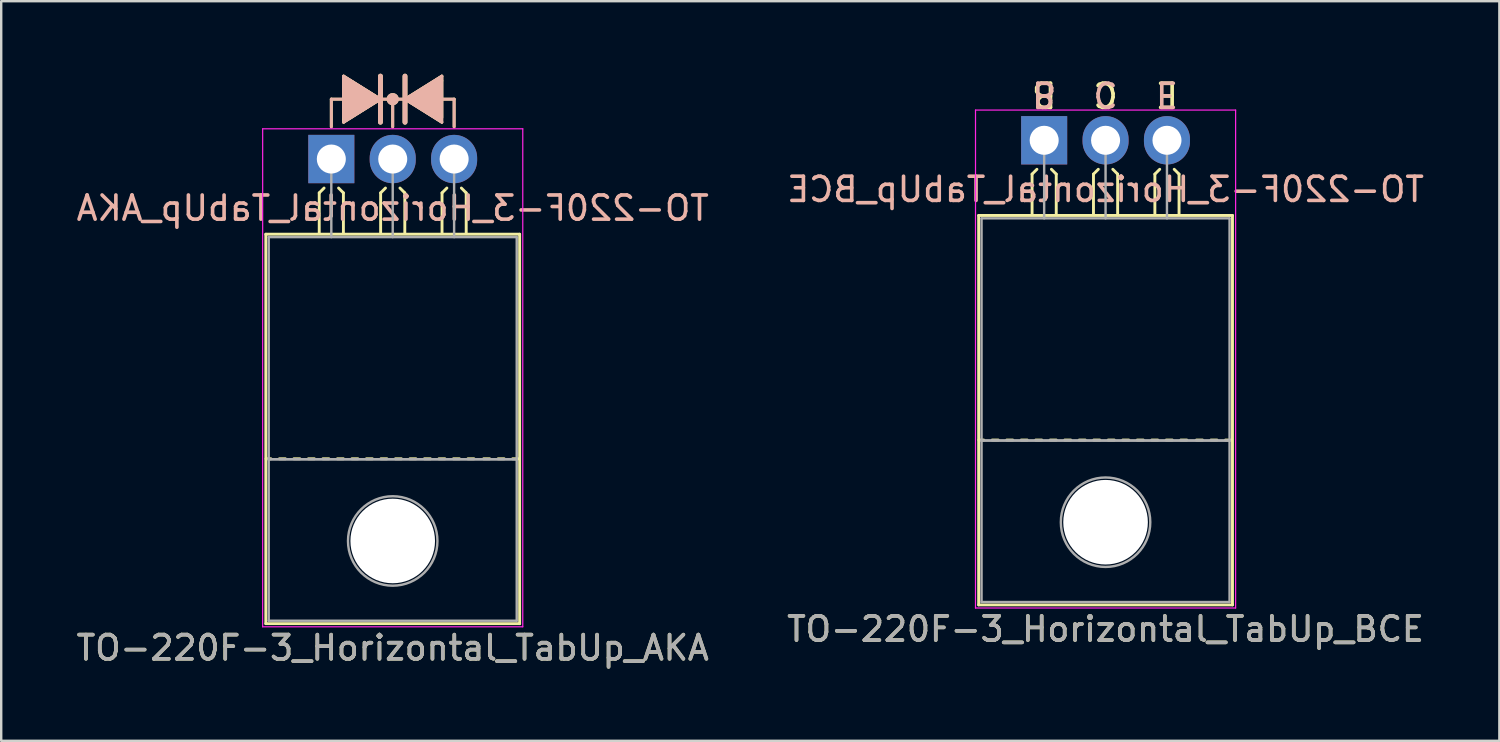
<source format=kicad_pcb>
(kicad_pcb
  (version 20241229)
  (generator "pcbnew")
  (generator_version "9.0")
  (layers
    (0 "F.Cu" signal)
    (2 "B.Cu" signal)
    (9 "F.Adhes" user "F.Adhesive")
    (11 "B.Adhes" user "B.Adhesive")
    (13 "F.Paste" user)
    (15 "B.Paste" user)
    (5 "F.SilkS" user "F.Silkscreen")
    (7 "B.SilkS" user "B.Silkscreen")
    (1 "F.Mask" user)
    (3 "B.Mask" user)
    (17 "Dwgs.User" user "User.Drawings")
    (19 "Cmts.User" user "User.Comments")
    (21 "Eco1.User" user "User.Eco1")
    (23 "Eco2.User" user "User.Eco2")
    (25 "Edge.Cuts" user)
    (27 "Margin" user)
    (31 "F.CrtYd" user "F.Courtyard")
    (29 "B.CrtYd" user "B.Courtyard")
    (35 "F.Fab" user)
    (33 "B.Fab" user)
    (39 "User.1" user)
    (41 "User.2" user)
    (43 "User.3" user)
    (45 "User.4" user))
  (footprint "TO-220F-3_Horizontal_TabUp_BCE"
    (layer "F.Cu")
    (at 40.145 2.753)
    (property "Reference" "TO-220F-3_Horizontal_TabUp_BCE" (at 2.54 20.22 0) (layer "F.SilkS") (effects (font (size 1 1) (thickness 0.15))))
    (fp_line (start -2.71 19.22) (end -2.71 3.11) (stroke (width 0.12) (type solid)) (layer "F.SilkS"))
    (fp_line (start -2.5 12.4) (end -2.7 12.4) (stroke (width 0.12) (type solid)) (layer "F.SilkS"))
    (fp_line (start -1.9 12.4) (end -2.15 12.4) (stroke (width 0.12) (type solid)) (layer "F.SilkS"))
    (fp_line (start -1.3 12.4) (end -1.55 12.4) (stroke (width 0.12) (type solid)) (layer "F.SilkS"))
    (fp_line (start -0.7 12.4) (end -0.95 12.4) (stroke (width 0.12) (type solid)) (layer "F.SilkS"))
    (fp_line (start -0.5 1.4) (end -0.3 1.2) (stroke (width 0.12) (type solid)) (layer "F.SilkS"))
    (fp_line (start -0.5 3.048) (end -0.5 1.4) (stroke (width 0.12) (type solid)) (layer "F.SilkS"))
    (fp_line (start -0.1 12.4) (end -0.35 12.4) (stroke (width 0.12) (type solid)) (layer "F.SilkS"))
    (fp_line (start 0.5 1.4) (end 0.3 1.2) (stroke (width 0.12) (type solid)) (layer "F.SilkS"))
    (fp_line (start 0.5 3.048) (end 0.5 1.4) (stroke (width 0.12) (type solid)) (layer "F.SilkS"))
    (fp_line (start 0.5 12.4) (end 0.25 12.4) (stroke (width 0.12) (type solid)) (layer "F.SilkS"))
    (fp_line (start 1.1 12.4) (end 0.85 12.4) (stroke (width 0.12) (type solid)) (layer "F.SilkS"))
    (fp_line (start 1.7 12.4) (end 1.45 12.4) (stroke (width 0.12) (type solid)) (layer "F.SilkS"))
    (fp_line (start 2.04 1.4) (end 2.24 1.2) (stroke (width 0.12) (type solid)) (layer "F.SilkS"))
    (fp_line (start 2.04 3.048) (end 2.04 1.4) (stroke (width 0.12) (type solid)) (layer "F.SilkS"))
    (fp_line (start 2.3 12.4) (end 2.05 12.4) (stroke (width 0.12) (type solid)) (layer "F.SilkS"))
    (fp_line (start 2.9 12.4) (end 2.65 12.4) (stroke (width 0.12) (type solid)) (layer "F.SilkS"))
    (fp_line (start 3.04 1.4) (end 2.84 1.2) (stroke (width 0.12) (type solid)) (layer "F.SilkS"))
    (fp_line (start 3.04 3.048) (end 3.04 1.4) (stroke (width 0.12) (type solid)) (layer "F.SilkS"))
    (fp_line (start 3.5 12.4) (end 3.25 12.4) (stroke (width 0.12) (type solid)) (layer "F.SilkS"))
    (fp_line (start 4.1 12.4) (end 3.85 12.4) (stroke (width 0.12) (type solid)) (layer "F.SilkS"))
    (fp_line (start 4.58 1.4) (end 4.78 1.2) (stroke (width 0.12) (type solid)) (layer "F.SilkS"))
    (fp_line (start 4.58 3.048) (end 4.58 1.4) (stroke (width 0.12) (type solid)) (layer "F.SilkS"))
    (fp_line (start 4.7 12.4) (end 4.45 12.4) (stroke (width 0.12) (type solid)) (layer "F.SilkS"))
    (fp_line (start 5.3 12.4) (end 5.05 12.4) (stroke (width 0.12) (type solid)) (layer "F.SilkS"))
    (fp_line (start 5.58 1.4) (end 5.38 1.2) (stroke (width 0.12) (type solid)) (layer "F.SilkS"))
    (fp_line (start 5.58 3.048) (end 5.58 1.4) (stroke (width 0.12) (type solid)) (layer "F.SilkS"))
    (fp_line (start 5.9 12.4) (end 5.65 12.4) (stroke (width 0.12) (type solid)) (layer "F.SilkS"))
    (fp_line (start 6.55 12.4) (end 6.3 12.4) (stroke (width 0.12) (type solid)) (layer "F.SilkS"))
    (fp_line (start 7.15 12.4) (end 6.9 12.4) (stroke (width 0.12) (type solid)) (layer "F.SilkS"))
    (fp_line (start 7.75 12.4) (end 7.5 12.4) (stroke (width 0.12) (type solid)) (layer "F.SilkS"))
    (fp_line (start 7.79 3.11) (end -2.71 3.11) (stroke (width 0.12) (type solid)) (layer "F.SilkS"))
    (fp_line (start 7.79 19.22) (end -2.71 19.22) (stroke (width 0.12) (type solid)) (layer "F.SilkS"))
    (fp_line (start 7.79 19.22) (end 7.79 3.11) (stroke (width 0.12) (type solid)) (layer "F.SilkS"))
    (fp_line (start -2.84 -1.25) (end -2.84 19.35) (stroke (width 0.05) (type solid)) (layer "F.CrtYd"))
    (fp_line (start -2.84 19.35) (end 7.92 19.35) (stroke (width 0.05) (type solid)) (layer "F.CrtYd"))
    (fp_line (start 7.92 -1.25) (end -2.84 -1.25) (stroke (width 0.05) (type solid)) (layer "F.CrtYd"))
    (fp_line (start 7.92 19.35) (end 7.92 -1.25) (stroke (width 0.05) (type solid)) (layer "F.CrtYd"))
    (fp_line (start -2.59 3.23) (end -2.59 12.42) (stroke (width 0.1) (type solid)) (layer "F.Fab"))
    (fp_line (start -2.59 12.42) (end -2.59 19.1) (stroke (width 0.1) (type solid)) (layer "F.Fab"))
    (fp_line (start -2.59 12.42) (end 7.67 12.42) (stroke (width 0.1) (type solid)) (layer "F.Fab"))
    (fp_line (start -2.59 19.1) (end 7.67 19.1) (stroke (width 0.1) (type solid)) (layer "F.Fab"))
    (fp_line (start 0 3.23) (end 0 0) (stroke (width 0.1) (type solid)) (layer "F.Fab"))
    (fp_line (start 2.54 3.23) (end 2.54 0) (stroke (width 0.1) (type solid)) (layer "F.Fab"))
    (fp_line (start 5.08 3.23) (end 5.08 0) (stroke (width 0.1) (type solid)) (layer "F.Fab"))
    (fp_line (start 7.67 3.23) (end -2.59 3.23) (stroke (width 0.1) (type solid)) (layer "F.Fab"))
    (fp_line (start 7.67 12.42) (end -2.59 12.42) (stroke (width 0.1) (type solid)) (layer "F.Fab"))
    (fp_line (start 7.67 12.42) (end 7.67 3.23) (stroke (width 0.1) (type solid)) (layer "F.Fab"))
    (fp_line (start 7.67 19.1) (end 7.67 12.42) (stroke (width 0.1) (type solid)) (layer "F.Fab"))
    (fp_circle (center 2.54 15.8) (end 4.39 15.8) (stroke (width 0.1) (type solid)) (fill no) (layer "F.Fab"))
    (fp_text user "C" (at 2.54 -1.905 180) (unlocked yes) (layer "F.SilkS") (effects (font (size 1 1) (thickness 0.15))))
    (fp_text user "B" (at 0 -1.905 180) (unlocked yes) (layer "F.SilkS") (effects (font (size 1 1) (thickness 0.15))))
    (fp_text user "E" (at 5.08 -1.905 180) (unlocked yes) (layer "F.SilkS") (effects (font (size 1 1) (thickness 0.15))))
    (fp_text user "B" (at 0 -1.905 180) (unlocked yes) (layer "B.SilkS") (effects (font (size 1 1) (thickness 0.15)) (justify mirror)))
    (fp_text user "C" (at 2.54 -1.905 180) (unlocked yes) (layer "B.SilkS") (effects (font (size 1 1) (thickness 0.15)) (justify mirror)))
    (fp_text user "${REFERENCE}" (at 2.54 2.032 0) (layer "B.SilkS") (effects (font (size 1 1) (thickness 0.15)) (justify mirror)))
    (fp_text user "E" (at 5.08 -1.905 180) (unlocked yes) (layer "B.SilkS") (effects (font (size 1 1) (thickness 0.15)) (justify mirror)))
    (fp_text user "${REFERENCE}" (at 2.54 20.22 0) (layer "F.Fab") (effects (font (size 1 1) (thickness 0.15))))
    (pad "" np_thru_hole oval (at 2.54 15.8) (size 3.5 3.5) (drill 3.5) (layers "*.Cu" "*.Mask"))
    (pad "1" thru_hole rect (at 0 0) (size 1.905 2) (drill 1.2) (layers "*.Cu" "*.Mask"))
    (pad "2" thru_hole oval (at 2.54 0) (size 1.905 2) (drill 1.2) (layers "*.Cu" "*.Mask"))
    (pad "3" thru_hole oval (at 5.08 0) (size 1.905 2) (drill 1.2) (layers "*.Cu" "*.Mask")))
  (footprint "TO-220F-3_Horizontal_TabUp_AKA"
    (layer "F.Cu")
    (at 10.656 3.529)
    (property "Reference" "TO-220F-3_Horizontal_TabUp_AKA" (at 2.54 20.22 0) (layer "F.SilkS") (effects (font (size 1 1) (thickness 0.15))))
    (fp_line (start -2.71 19.22) (end -2.71 3.11) (stroke (width 0.12) (type solid)) (layer "F.SilkS"))
    (fp_line (start -2.5 12.4) (end -2.7 12.4) (stroke (width 0.12) (type solid)) (layer "F.SilkS"))
    (fp_line (start -1.9 12.4) (end -2.15 12.4) (stroke (width 0.12) (type solid)) (layer "F.SilkS"))
    (fp_line (start -1.3 12.4) (end -1.55 12.4) (stroke (width 0.12) (type solid)) (layer "F.SilkS"))
    (fp_line (start -0.7 12.4) (end -0.95 12.4) (stroke (width 0.12) (type solid)) (layer "F.SilkS"))
    (fp_line (start -0.5 1.4) (end -0.3 1.2) (stroke (width 0.12) (type solid)) (layer "F.SilkS"))
    (fp_line (start -0.5 3.048) (end -0.5 1.4) (stroke (width 0.12) (type solid)) (layer "F.SilkS"))
    (fp_line (start -0.1 12.4) (end -0.35 12.4) (stroke (width 0.12) (type solid)) (layer "F.SilkS"))
    (fp_line (start 0 -2.477) (end 0.508 -2.477) (stroke (width 0.12) (type solid)) (layer "F.SilkS"))
    (fp_line (start 0 -1.333) (end 0 -2.477) (stroke (width 0.12) (type solid)) (layer "F.SilkS"))
    (fp_line (start 0.5 1.4) (end 0.3 1.2) (stroke (width 0.12) (type solid)) (layer "F.SilkS"))
    (fp_line (start 0.5 3.048) (end 0.5 1.4) (stroke (width 0.12) (type solid)) (layer "F.SilkS"))
    (fp_line (start 0.5 12.4) (end 0.25 12.4) (stroke (width 0.12) (type solid)) (layer "F.SilkS"))
    (fp_line (start 0.508 -3.429) (end 0.508 -1.524) (stroke (width 0.12) (type solid)) (layer "F.SilkS"))
    (fp_line (start 0.508 -1.524) (end 2.032 -2.477) (stroke (width 0.12) (type solid)) (layer "F.SilkS"))
    (fp_line (start 1.1 12.4) (end 0.85 12.4) (stroke (width 0.12) (type solid)) (layer "F.SilkS"))
    (fp_line (start 1.7 12.4) (end 1.45 12.4) (stroke (width 0.12) (type solid)) (layer "F.SilkS"))
    (fp_line (start 2.032 -2.477) (end 0.508 -3.429) (stroke (width 0.12) (type solid)) (layer "F.SilkS"))
    (fp_line (start 2.032 -1.524) (end 2.032 -3.429) (stroke (width 0.2) (type solid)) (layer "F.SilkS"))
    (fp_line (start 2.04 1.4) (end 2.24 1.2) (stroke (width 0.12) (type solid)) (layer "F.SilkS"))
    (fp_line (start 2.04 3.048) (end 2.04 1.4) (stroke (width 0.12) (type solid)) (layer "F.SilkS"))
    (fp_line (start 2.3 12.4) (end 2.05 12.4) (stroke (width 0.12) (type solid)) (layer "F.SilkS"))
    (fp_line (start 2.54 -2.477) (end 2.032 -2.477) (stroke (width 0.12) (type solid)) (layer "F.SilkS"))
    (fp_line (start 2.54 -2.477) (end 3.048 -2.477) (stroke (width 0.12) (type solid)) (layer "F.SilkS"))
    (fp_line (start 2.54 -1.333) (end 2.54 -2.477) (stroke (width 0.12) (type solid)) (layer "F.SilkS"))
    (fp_line (start 2.9 12.4) (end 2.65 12.4) (stroke (width 0.12) (type solid)) (layer "F.SilkS"))
    (fp_line (start 3.04 1.4) (end 2.84 1.2) (stroke (width 0.12) (type solid)) (layer "F.SilkS"))
    (fp_line (start 3.04 3.048) (end 3.04 1.4) (stroke (width 0.12) (type solid)) (layer "F.SilkS"))
    (fp_line (start 3.048 -3.429) (end 3.048 -1.524) (stroke (width 0.2) (type solid)) (layer "F.SilkS"))
    (fp_line (start 3.048 -2.477) (end 4.572 -3.429) (stroke (width 0.12) (type solid)) (layer "F.SilkS"))
    (fp_line (start 3.048 -2.477) (end 4.572 -1.524) (stroke (width 0.12) (type solid)) (layer "F.SilkS"))
    (fp_line (start 3.5 12.4) (end 3.25 12.4) (stroke (width 0.12) (type solid)) (layer "F.SilkS"))
    (fp_line (start 4.1 12.4) (end 3.85 12.4) (stroke (width 0.12) (type solid)) (layer "F.SilkS"))
    (fp_line (start 4.572 -3.239) (end 4.572 -3.429) (stroke (width 0.12) (type solid)) (layer "F.SilkS"))
    (fp_line (start 4.572 -1.714) (end 4.572 -3.239) (stroke (width 0.12) (type solid)) (layer "F.SilkS"))
    (fp_line (start 4.58 1.4) (end 4.78 1.2) (stroke (width 0.12) (type solid)) (layer "F.SilkS"))
    (fp_line (start 4.58 3.048) (end 4.58 1.4) (stroke (width 0.12) (type solid)) (layer "F.SilkS"))
    (fp_line (start 4.7 12.4) (end 4.45 12.4) (stroke (width 0.12) (type solid)) (layer "F.SilkS"))
    (fp_line (start 5.08 -2.477) (end 4.572 -2.477) (stroke (width 0.12) (type solid)) (layer "F.SilkS"))
    (fp_line (start 5.08 -1.333) (end 5.08 -2.477) (stroke (width 0.12) (type solid)) (layer "F.SilkS"))
    (fp_line (start 5.3 12.4) (end 5.05 12.4) (stroke (width 0.12) (type solid)) (layer "F.SilkS"))
    (fp_line (start 5.58 1.4) (end 5.38 1.2) (stroke (width 0.12) (type solid)) (layer "F.SilkS"))
    (fp_line (start 5.58 3.048) (end 5.58 1.4) (stroke (width 0.12) (type solid)) (layer "F.SilkS"))
    (fp_line (start 5.9 12.4) (end 5.65 12.4) (stroke (width 0.12) (type solid)) (layer "F.SilkS"))
    (fp_line (start 6.55 12.4) (end 6.3 12.4) (stroke (width 0.12) (type solid)) (layer "F.SilkS"))
    (fp_line (start 7.15 12.4) (end 6.9 12.4) (stroke (width 0.12) (type solid)) (layer "F.SilkS"))
    (fp_line (start 7.75 12.4) (end 7.5 12.4) (stroke (width 0.12) (type solid)) (layer "F.SilkS"))
    (fp_line (start 7.79 3.11) (end -2.71 3.11) (stroke (width 0.12) (type solid)) (layer "F.SilkS"))
    (fp_line (start 7.79 19.22) (end -2.71 19.22) (stroke (width 0.12) (type solid)) (layer "F.SilkS"))
    (fp_line (start 7.79 19.22) (end 7.79 3.11) (stroke (width 0.12) (type solid)) (layer "F.SilkS"))
    (fp_circle (center 2.54 -2.477) (end 2.54 -2.667) (stroke (width 0.12) (type solid)) (fill no) (layer "F.SilkS"))
    (fp_circle (center 2.54 -2.477) (end 2.54 -2.603) (stroke (width 0.12) (type solid)) (fill no) (layer "F.SilkS"))
    (fp_circle (center 2.54 -2.477) (end 2.54 -2.54) (stroke (width 0.12) (type solid)) (fill no) (layer "F.SilkS"))
    (fp_poly (pts (xy 0.508 -3.429) (xy 2.032 -2.477) (xy 0.508 -1.524)) (stroke (width 0.1) (type solid)) (fill yes) (layer "F.SilkS"))
    (fp_poly (pts (xy 3.048 -2.477) (xy 4.572 -3.429) (xy 4.572 -1.524)) (stroke (width 0.1) (type solid)) (fill yes) (layer "F.SilkS"))
    (fp_line (start 0 -2.477) (end 0.508 -2.477) (stroke (width 0.12) (type solid)) (layer "B.SilkS"))
    (fp_line (start 0 -1.333) (end 0 -2.477) (stroke (width 0.12) (type solid)) (layer "B.SilkS"))
    (fp_line (start 0.508 -3.239) (end 0.508 -3.429) (stroke (width 0.12) (type solid)) (layer "B.SilkS"))
    (fp_line (start 0.508 -1.714) (end 0.508 -3.239) (stroke (width 0.12) (type solid)) (layer "B.SilkS"))
    (fp_line (start 2.032 -3.429) (end 2.032 -1.524) (stroke (width 0.2) (type solid)) (layer "B.SilkS"))
    (fp_line (start 2.032 -2.477) (end 0.508 -3.429) (stroke (width 0.12) (type solid)) (layer "B.SilkS"))
    (fp_line (start 2.032 -2.477) (end 0.508 -1.524) (stroke (width 0.12) (type solid)) (layer "B.SilkS"))
    (fp_line (start 2.54 -2.477) (end 2.032 -2.477) (stroke (width 0.12) (type solid)) (layer "B.SilkS"))
    (fp_line (start 2.54 -2.477) (end 3.048 -2.477) (stroke (width 0.12) (type solid)) (layer "B.SilkS"))
    (fp_line (start 2.54 -1.333) (end 2.54 -2.477) (stroke (width 0.12) (type solid)) (layer "B.SilkS"))
    (fp_line (start 3.048 -2.477) (end 4.572 -3.429) (stroke (width 0.12) (type solid)) (layer "B.SilkS"))
    (fp_line (start 3.048 -1.524) (end 3.048 -3.429) (stroke (width 0.2) (type solid)) (layer "B.SilkS"))
    (fp_line (start 4.572 -3.429) (end 4.572 -1.524) (stroke (width 0.12) (type solid)) (layer "B.SilkS"))
    (fp_line (start 4.572 -1.524) (end 3.048 -2.477) (stroke (width 0.12) (type solid)) (layer "B.SilkS"))
    (fp_line (start 5.08 -2.477) (end 4.572 -2.477) (stroke (width 0.12) (type solid)) (layer "B.SilkS"))
    (fp_line (start 5.08 -1.333) (end 5.08 -2.477) (stroke (width 0.12) (type solid)) (layer "B.SilkS"))
    (fp_circle (center 2.54 -2.477) (end 2.54 -2.667) (stroke (width 0.12) (type solid)) (fill no) (layer "B.SilkS"))
    (fp_circle (center 2.54 -2.477) (end 2.54 -2.603) (stroke (width 0.12) (type solid)) (fill no) (layer "B.SilkS"))
    (fp_circle (center 2.54 -2.477) (end 2.54 -2.54) (stroke (width 0.12) (type solid)) (fill no) (layer "B.SilkS"))
    (fp_poly (pts (xy 2.032 -2.477) (xy 0.508 -3.429) (xy 0.508 -1.524)) (stroke (width 0.1) (type solid)) (fill yes) (layer "B.SilkS"))
    (fp_poly (pts (xy 4.572 -3.429) (xy 3.048 -2.477) (xy 4.572 -1.524)) (stroke (width 0.1) (type solid)) (fill yes) (layer "B.SilkS"))
    (fp_line (start -2.84 -1.25) (end -2.84 19.35) (stroke (width 0.05) (type solid)) (layer "F.CrtYd"))
    (fp_line (start -2.84 19.35) (end 7.92 19.35) (stroke (width 0.05) (type solid)) (layer "F.CrtYd"))
    (fp_line (start 7.92 -1.25) (end -2.84 -1.25) (stroke (width 0.05) (type solid)) (layer "F.CrtYd"))
    (fp_line (start 7.92 19.35) (end 7.92 -1.25) (stroke (width 0.05) (type solid)) (layer "F.CrtYd"))
    (fp_line (start -2.59 3.23) (end -2.59 12.42) (stroke (width 0.1) (type solid)) (layer "F.Fab"))
    (fp_line (start -2.59 12.42) (end -2.59 19.1) (stroke (width 0.1) (type solid)) (layer "F.Fab"))
    (fp_line (start -2.59 12.42) (end 7.67 12.42) (stroke (width 0.1) (type solid)) (layer "F.Fab"))
    (fp_line (start -2.59 19.1) (end 7.67 19.1) (stroke (width 0.1) (type solid)) (layer "F.Fab"))
    (fp_line (start 0 3.23) (end 0 0) (stroke (width 0.1) (type solid)) (layer "F.Fab"))
    (fp_line (start 2.54 3.23) (end 2.54 0) (stroke (width 0.1) (type solid)) (layer "F.Fab"))
    (fp_line (start 5.08 3.23) (end 5.08 0) (stroke (width 0.1) (type solid)) (layer "F.Fab"))
    (fp_line (start 7.67 3.23) (end -2.59 3.23) (stroke (width 0.1) (type solid)) (layer "F.Fab"))
    (fp_line (start 7.67 12.42) (end -2.59 12.42) (stroke (width 0.1) (type solid)) (layer "F.Fab"))
    (fp_line (start 7.67 12.42) (end 7.67 3.23) (stroke (width 0.1) (type solid)) (layer "F.Fab"))
    (fp_line (start 7.67 19.1) (end 7.67 12.42) (stroke (width 0.1) (type solid)) (layer "F.Fab"))
    (fp_circle (center 2.54 15.8) (end 4.39 15.8) (stroke (width 0.1) (type solid)) (fill no) (layer "F.Fab"))
    (fp_text user "${REFERENCE}" (at 2.54 2.032 0) (layer "B.SilkS") (effects (font (size 1 1) (thickness 0.15)) (justify mirror)))
    (fp_text user "${REFERENCE}" (at 2.54 20.22 0) (layer "F.Fab") (effects (font (size 1 1) (thickness 0.15))))
    (pad "" np_thru_hole oval (at 2.54 15.8) (size 3.5 3.5) (drill 3.5) (layers "*.Cu" "*.Mask"))
    (pad "1" thru_hole rect (at 0 0) (size 1.905 2) (drill 1.2) (layers "*.Cu" "*.Mask"))
    (pad "2" thru_hole oval (at 2.54 0) (size 1.905 2) (drill 1.2) (layers "*.Cu" "*.Mask"))
    (pad "3" thru_hole oval (at 5.08 0) (size 1.905 2) (drill 1.2) (layers "*.Cu" "*.Mask")))
  (gr_rect
    (start -3 -3)
    (end 58.976 27.597)
    (stroke (width 0.1) (type default))
    (fill no)
    (layer "Edge.Cuts")))
</source>
